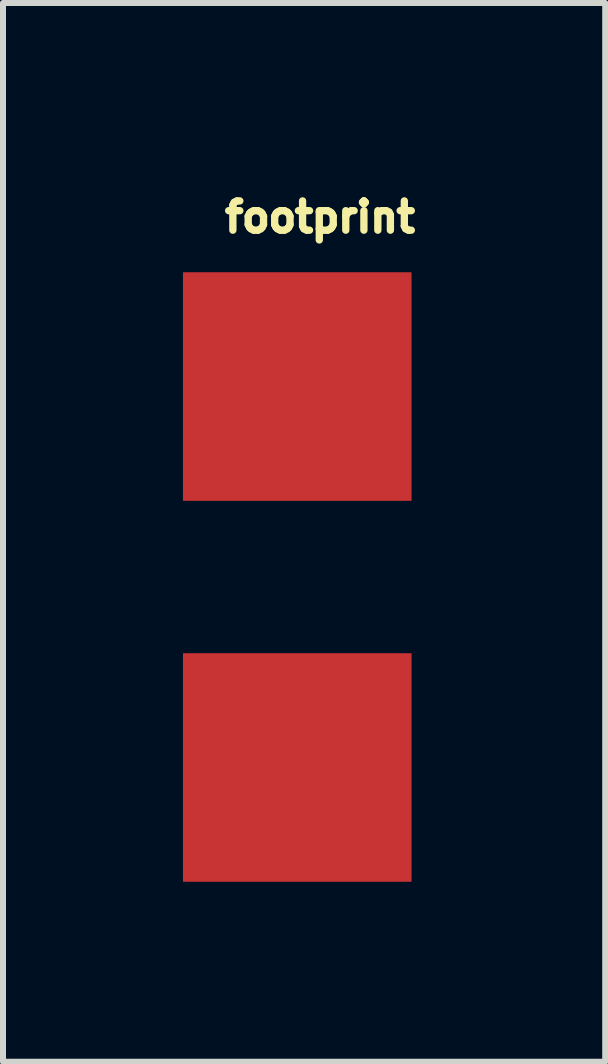
<source format=kicad_pcb>
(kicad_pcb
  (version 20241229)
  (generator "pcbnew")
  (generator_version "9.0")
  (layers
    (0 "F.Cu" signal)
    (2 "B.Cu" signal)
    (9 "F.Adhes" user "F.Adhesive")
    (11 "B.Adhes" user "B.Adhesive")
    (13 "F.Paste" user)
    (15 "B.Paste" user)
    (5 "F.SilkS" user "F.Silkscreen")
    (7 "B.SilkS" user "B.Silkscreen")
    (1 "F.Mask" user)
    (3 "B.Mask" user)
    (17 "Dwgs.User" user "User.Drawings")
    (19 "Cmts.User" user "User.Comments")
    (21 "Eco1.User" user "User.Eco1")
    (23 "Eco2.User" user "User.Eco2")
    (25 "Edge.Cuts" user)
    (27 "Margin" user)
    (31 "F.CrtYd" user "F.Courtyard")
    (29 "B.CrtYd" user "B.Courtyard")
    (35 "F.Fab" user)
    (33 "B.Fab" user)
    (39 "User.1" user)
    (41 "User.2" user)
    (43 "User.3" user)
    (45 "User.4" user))
  (footprint "footprint"
    (layer "F.Cu")
    (at 1.905 9.743)
    (property "Reference" "footprint" (at -1.27 -8.89 0) (layer "F.SilkS") (effects (font (size 0.488 0.488) (thickness 0.122)) (justify left bottom)))
    (pad "P$1" smd rect (at 0 0) (size 3.81 3.81) (layers "F.Cu" "F.Mask" "F.Paste"))
    (pad "P$2" smd rect (at 0 -6.35) (size 3.81 3.81) (layers "F.Cu" "F.Mask" "F.Paste")))
  (gr_rect
    (start -3 -3)
    (end 7.038 14.648)
    (stroke (width 0.1) (type default))
    (fill no)
    (layer "Edge.Cuts")))
</source>
